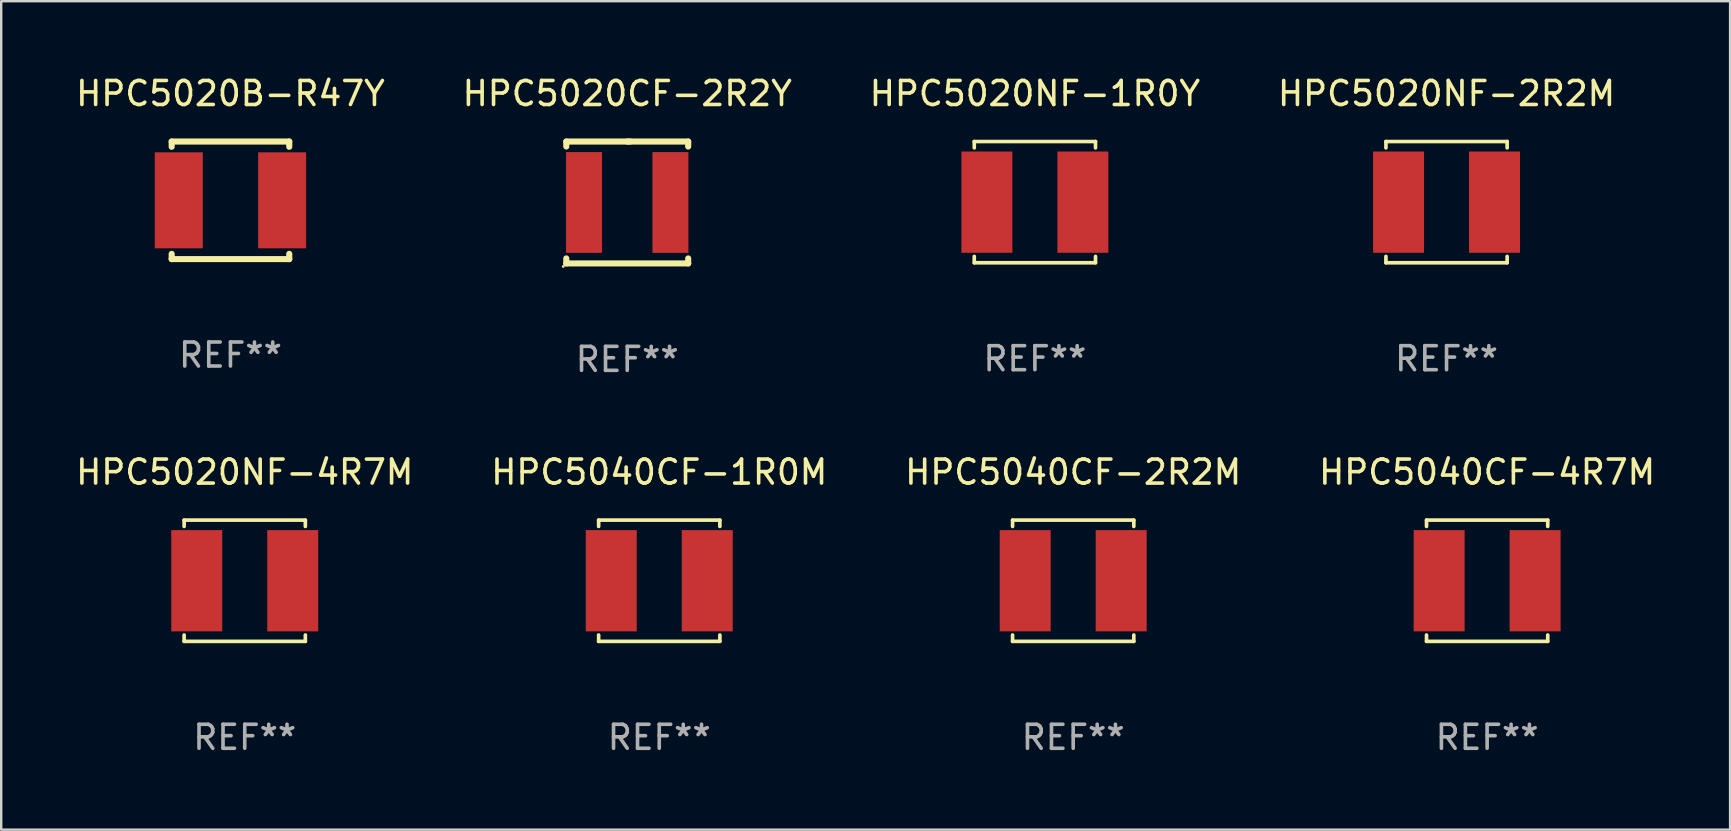
<source format=kicad_pcb>
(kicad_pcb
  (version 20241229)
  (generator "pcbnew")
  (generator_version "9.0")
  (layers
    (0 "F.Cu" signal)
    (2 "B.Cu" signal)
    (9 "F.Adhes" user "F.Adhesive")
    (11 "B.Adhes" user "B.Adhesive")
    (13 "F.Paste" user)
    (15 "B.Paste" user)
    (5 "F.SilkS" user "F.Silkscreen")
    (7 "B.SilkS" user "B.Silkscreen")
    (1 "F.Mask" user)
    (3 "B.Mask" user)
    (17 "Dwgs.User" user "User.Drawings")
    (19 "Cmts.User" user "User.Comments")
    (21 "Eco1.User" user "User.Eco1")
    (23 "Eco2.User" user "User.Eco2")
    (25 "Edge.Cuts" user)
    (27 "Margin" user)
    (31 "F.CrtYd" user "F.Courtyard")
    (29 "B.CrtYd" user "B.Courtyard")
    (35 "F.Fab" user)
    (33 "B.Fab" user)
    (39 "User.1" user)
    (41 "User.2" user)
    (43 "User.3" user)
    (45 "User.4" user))
  (footprint "HPC5040CF-1R0M"
    (layer "F.Cu")
    (at 24.423 21.151)
    (property "Reference" "HPC5040CF-1R0M" (at 0 -4.526 0) (layer "F.SilkS") (effects (font (size 1 1) (thickness 0.15))))
    (attr through_hole)
    (fp_line (start -2.526 -2.526) (end 2.526 -2.526) (stroke (width 0.152) (type solid)) (layer "F.SilkS"))
    (fp_line (start -2.526 -2.262) (end -2.526 -2.526) (stroke (width 0.152) (type solid)) (layer "F.SilkS"))
    (fp_line (start -2.526 2.262) (end -2.526 2.526) (stroke (width 0.152) (type solid)) (layer "F.SilkS"))
    (fp_line (start -2.526 2.526) (end 2.526 2.526) (stroke (width 0.152) (type solid)) (layer "F.SilkS"))
    (fp_line (start 2.526 -2.526) (end 2.526 -2.262) (stroke (width 0.152) (type solid)) (layer "F.SilkS"))
    (fp_line (start 2.526 2.526) (end 2.526 2.262) (stroke (width 0.152) (type solid)) (layer "F.SilkS"))
    (fp_circle (center 2.5 -2.5) (end 2.53 -2.5) (stroke (width 0.06) (type solid)) (fill no) (layer "F.SilkS"))
    (fp_text user "REF**" (at 0 6.526 0) (layer "F.Fab") (effects (font (size 1 1) (thickness 0.15))))
    (pad "1" smd rect (at 2 0) (size 2.124 4.22) (layers "F.Cu" "F.Mask" "F.Paste"))
    (pad "2" smd rect (at -2 0) (size 2.124 4.22) (layers "F.Cu" "F.Mask" "F.Paste")))
  (footprint "HPC5040CF-2R2M"
    (layer "F.Cu")
    (at 41.673 21.151)
    (property "Reference" "HPC5040CF-2R2M" (at 0 -4.526 0) (layer "F.SilkS") (effects (font (size 1 1) (thickness 0.15))))
    (attr through_hole)
    (fp_line (start -2.526 -2.526) (end 2.526 -2.526) (stroke (width 0.152) (type solid)) (layer "F.SilkS"))
    (fp_line (start -2.526 -2.262) (end -2.526 -2.526) (stroke (width 0.152) (type solid)) (layer "F.SilkS"))
    (fp_line (start -2.526 2.262) (end -2.526 2.526) (stroke (width 0.152) (type solid)) (layer "F.SilkS"))
    (fp_line (start -2.526 2.526) (end 2.526 2.526) (stroke (width 0.152) (type solid)) (layer "F.SilkS"))
    (fp_line (start 2.526 -2.526) (end 2.526 -2.262) (stroke (width 0.152) (type solid)) (layer "F.SilkS"))
    (fp_line (start 2.526 2.526) (end 2.526 2.262) (stroke (width 0.152) (type solid)) (layer "F.SilkS"))
    (fp_circle (center 2.5 -2.5) (end 2.53 -2.5) (stroke (width 0.06) (type solid)) (fill no) (layer "F.SilkS"))
    (fp_text user "REF**" (at 0 6.526 0) (layer "F.Fab") (effects (font (size 1 1) (thickness 0.15))))
    (pad "1" smd rect (at 2 0) (size 2.124 4.22) (layers "F.Cu" "F.Mask" "F.Paste"))
    (pad "2" smd rect (at -2 0) (size 2.124 4.22) (layers "F.Cu" "F.Mask" "F.Paste")))
  (footprint "HPC5020NF-1R0Y"
    (layer "F.Cu")
    (at 40.077 5.374)
    (property "Reference" "HPC5020NF-1R0Y" (at 0 -4.526 0) (layer "F.SilkS") (effects (font (size 1 1) (thickness 0.15))))
    (attr through_hole)
    (fp_line (start -2.526 -2.526) (end 2.526 -2.526) (stroke (width 0.152) (type solid)) (layer "F.SilkS"))
    (fp_line (start -2.526 -2.262) (end -2.526 -2.526) (stroke (width 0.152) (type solid)) (layer "F.SilkS"))
    (fp_line (start -2.526 2.262) (end -2.526 2.526) (stroke (width 0.152) (type solid)) (layer "F.SilkS"))
    (fp_line (start -2.526 2.526) (end 2.526 2.526) (stroke (width 0.152) (type solid)) (layer "F.SilkS"))
    (fp_line (start 2.526 -2.526) (end 2.526 -2.262) (stroke (width 0.152) (type solid)) (layer "F.SilkS"))
    (fp_line (start 2.526 2.526) (end 2.526 2.262) (stroke (width 0.152) (type solid)) (layer "F.SilkS"))
    (fp_circle (center 2.5 -2.5) (end 2.53 -2.5) (stroke (width 0.06) (type solid)) (fill no) (layer "F.SilkS"))
    (fp_text user "REF**" (at 0 6.526 0) (layer "F.Fab") (effects (font (size 1 1) (thickness 0.15))))
    (pad "1" smd rect (at 2 0) (size 2.124 4.22) (layers "F.Cu" "F.Mask" "F.Paste"))
    (pad "2" smd rect (at -2 0) (size 2.124 4.22) (layers "F.Cu" "F.Mask" "F.Paste")))
  (footprint "HPC5040CF-4R7M"
    (layer "F.Cu")
    (at 58.923 21.151)
    (property "Reference" "HPC5040CF-4R7M" (at 0 -4.526 0) (layer "F.SilkS") (effects (font (size 1 1) (thickness 0.15))))
    (attr through_hole)
    (fp_line (start -2.526 -2.526) (end 2.526 -2.526) (stroke (width 0.152) (type solid)) (layer "F.SilkS"))
    (fp_line (start -2.526 -2.262) (end -2.526 -2.526) (stroke (width 0.152) (type solid)) (layer "F.SilkS"))
    (fp_line (start -2.526 2.262) (end -2.526 2.526) (stroke (width 0.152) (type solid)) (layer "F.SilkS"))
    (fp_line (start -2.526 2.526) (end 2.526 2.526) (stroke (width 0.152) (type solid)) (layer "F.SilkS"))
    (fp_line (start 2.526 -2.526) (end 2.526 -2.262) (stroke (width 0.152) (type solid)) (layer "F.SilkS"))
    (fp_line (start 2.526 2.526) (end 2.526 2.262) (stroke (width 0.152) (type solid)) (layer "F.SilkS"))
    (fp_circle (center 2.5 -2.5) (end 2.53 -2.5) (stroke (width 0.06) (type solid)) (fill no) (layer "F.SilkS"))
    (fp_text user "REF**" (at 0 6.526 0) (layer "F.Fab") (effects (font (size 1 1) (thickness 0.15))))
    (pad "1" smd rect (at 2 0) (size 2.124 4.22) (layers "F.Cu" "F.Mask" "F.Paste"))
    (pad "2" smd rect (at -2 0) (size 2.124 4.22) (layers "F.Cu" "F.Mask" "F.Paste")))
  (footprint "HPC5020NF-2R2M"
    (layer "F.Cu")
    (at 57.232 5.374)
    (property "Reference" "HPC5020NF-2R2M" (at 0 -4.526 0) (layer "F.SilkS") (effects (font (size 1 1) (thickness 0.15))))
    (attr through_hole)
    (fp_line (start -2.526 -2.526) (end 2.526 -2.526) (stroke (width 0.152) (type solid)) (layer "F.SilkS"))
    (fp_line (start -2.526 -2.262) (end -2.526 -2.526) (stroke (width 0.152) (type solid)) (layer "F.SilkS"))
    (fp_line (start -2.526 2.262) (end -2.526 2.526) (stroke (width 0.152) (type solid)) (layer "F.SilkS"))
    (fp_line (start -2.526 2.526) (end 2.526 2.526) (stroke (width 0.152) (type solid)) (layer "F.SilkS"))
    (fp_line (start 2.526 -2.526) (end 2.526 -2.262) (stroke (width 0.152) (type solid)) (layer "F.SilkS"))
    (fp_line (start 2.526 2.526) (end 2.526 2.262) (stroke (width 0.152) (type solid)) (layer "F.SilkS"))
    (fp_circle (center 2.5 -2.5) (end 2.53 -2.5) (stroke (width 0.06) (type solid)) (fill no) (layer "F.SilkS"))
    (fp_text user "REF**" (at 0 6.526 0) (layer "F.Fab") (effects (font (size 1 1) (thickness 0.15))))
    (pad "1" smd rect (at 2 0) (size 2.124 4.22) (layers "F.Cu" "F.Mask" "F.Paste"))
    (pad "2" smd rect (at -2 0) (size 2.124 4.22) (layers "F.Cu" "F.Mask" "F.Paste")))
  (footprint "HPC5020B-R47Y"
    (layer "F.Cu")
    (at 6.554 5.298)
    (property "Reference" "HPC5020B-R47Y" (at 0 -4.45 0) (layer "F.SilkS") (effects (font (size 1 1) (thickness 0.15))))
    (attr through_hole)
    (fp_line (start -2.45 -2.45) (end 2.45 -2.45) (stroke (width 0.254) (type solid)) (layer "F.SilkS"))
    (fp_line (start -2.45 -2.231) (end -2.45 -2.45) (stroke (width 0.254) (type solid)) (layer "F.SilkS"))
    (fp_line (start -2.45 2.45) (end -2.45 2.231) (stroke (width 0.254) (type solid)) (layer "F.SilkS"))
    (fp_line (start -2.45 2.45) (end 2.45 2.45) (stroke (width 0.254) (type solid)) (layer "F.SilkS"))
    (fp_line (start 2.45 -2.45) (end 2.45 -2.231) (stroke (width 0.254) (type solid)) (layer "F.SilkS"))
    (fp_line (start 2.45 2.231) (end 2.45 2.45) (stroke (width 0.254) (type solid)) (layer "F.SilkS"))
    (fp_circle (center -2.45 2.45) (end -2.42 2.45) (stroke (width 0.06) (type solid)) (fill no) (layer "F.SilkS"))
    (fp_text user "REF**" (at 0 6.45 0) (layer "F.Fab") (effects (font (size 1 1) (thickness 0.15))))
    (pad "1" smd rect (at -2.154 0) (size 2 4) (layers "F.Cu" "F.Mask" "F.Paste"))
    (pad "2" smd rect (at 2.154 0) (size 2 4) (layers "F.Cu" "F.Mask" "F.Paste")))
  (footprint "HPC5020NF-4R7M"
    (layer "F.Cu")
    (at 7.149 21.151)
    (property "Reference" "HPC5020NF-4R7M" (at 0 -4.526 0) (layer "F.SilkS") (effects (font (size 1 1) (thickness 0.15))))
    (attr through_hole)
    (fp_line (start -2.526 -2.526) (end 2.526 -2.526) (stroke (width 0.152) (type solid)) (layer "F.SilkS"))
    (fp_line (start -2.526 -2.262) (end -2.526 -2.526) (stroke (width 0.152) (type solid)) (layer "F.SilkS"))
    (fp_line (start -2.526 2.262) (end -2.526 2.526) (stroke (width 0.152) (type solid)) (layer "F.SilkS"))
    (fp_line (start -2.526 2.526) (end 2.526 2.526) (stroke (width 0.152) (type solid)) (layer "F.SilkS"))
    (fp_line (start 2.526 -2.526) (end 2.526 -2.262) (stroke (width 0.152) (type solid)) (layer "F.SilkS"))
    (fp_line (start 2.526 2.526) (end 2.526 2.262) (stroke (width 0.152) (type solid)) (layer "F.SilkS"))
    (fp_circle (center 2.5 -2.5) (end 2.53 -2.5) (stroke (width 0.06) (type solid)) (fill no) (layer "F.SilkS"))
    (fp_text user "REF**" (at 0 6.526 0) (layer "F.Fab") (effects (font (size 1 1) (thickness 0.15))))
    (pad "1" smd rect (at 2 0) (size 2.124 4.22) (layers "F.Cu" "F.Mask" "F.Paste"))
    (pad "2" smd rect (at -2 0) (size 2.124 4.22) (layers "F.Cu" "F.Mask" "F.Paste")))
  (footprint "HPC5020CF-2R2Y"
    (layer "F.Cu")
    (at 23.089 5.388)
    (property "Reference" "HPC5020CF-2R2Y" (at 0 -4.54 0) (layer "F.SilkS") (effects (font (size 1 1) (thickness 0.15))))
    (attr through_hole)
    (fp_line (start -2.54 -2.54) (end 0.127 -2.54) (stroke (width 0.254) (type solid)) (layer "F.SilkS"))
    (fp_line (start -2.54 -2.331) (end -2.54 -2.54) (stroke (width 0.254) (type solid)) (layer "F.SilkS"))
    (fp_line (start -2.54 2.54) (end -2.54 2.331) (stroke (width 0.254) (type solid)) (layer "F.SilkS"))
    (fp_line (start 0 -2.54) (end 2.54 -2.54) (stroke (width 0.254) (type solid)) (layer "F.SilkS"))
    (fp_line (start 2.54 -2.54) (end 2.54 -2.331) (stroke (width 0.254) (type solid)) (layer "F.SilkS"))
    (fp_line (start 2.54 2.331) (end 2.54 2.54) (stroke (width 0.254) (type solid)) (layer "F.SilkS"))
    (fp_line (start 2.54 2.54) (end -2.54 2.54) (stroke (width 0.254) (type solid)) (layer "F.SilkS"))
    (fp_circle (center -2.667 2.667) (end -2.637 2.667) (stroke (width 0.06) (type solid)) (fill no) (layer "F.SilkS"))
    (fp_text user "REF**" (at 0 6.54 0) (layer "F.Fab") (effects (font (size 1 1) (thickness 0.15))))
    (pad "1" smd rect (at -1.8 0) (size 1.5 4.2) (layers "F.Cu" "F.Mask" "F.Paste"))
    (pad "2" smd rect (at 1.8 0) (size 1.5 4.2) (layers "F.Cu" "F.Mask" "F.Paste")))
  (gr_rect
    (start -3 -3)
    (end 69.048 31.525)
    (stroke (width 0.1) (type default))
    (fill no)
    (layer "Edge.Cuts")))
</source>
